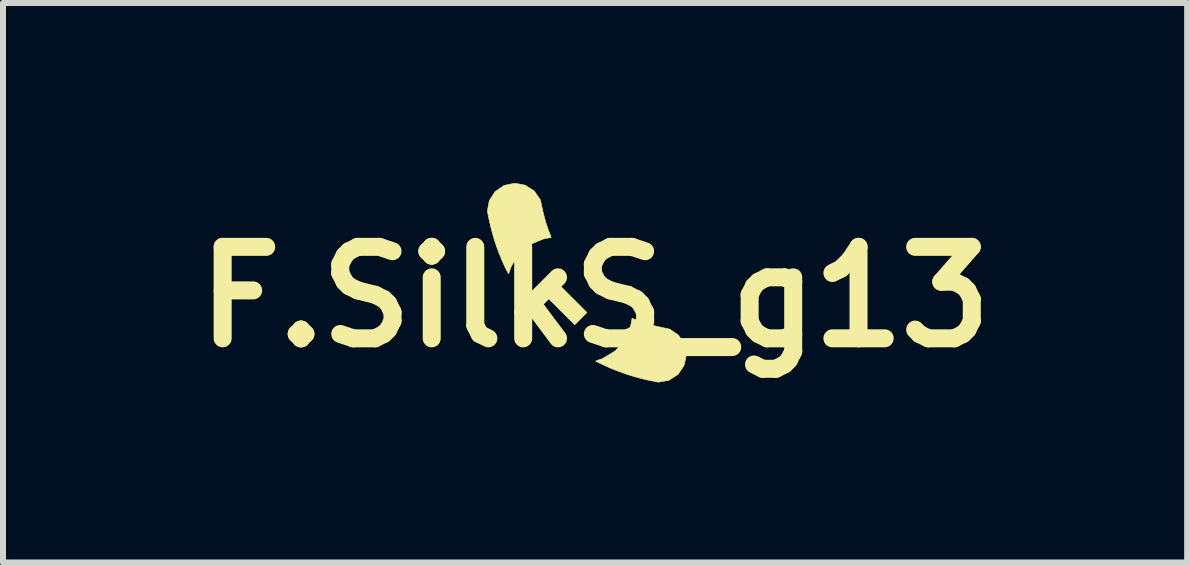
<source format=kicad_pcb>
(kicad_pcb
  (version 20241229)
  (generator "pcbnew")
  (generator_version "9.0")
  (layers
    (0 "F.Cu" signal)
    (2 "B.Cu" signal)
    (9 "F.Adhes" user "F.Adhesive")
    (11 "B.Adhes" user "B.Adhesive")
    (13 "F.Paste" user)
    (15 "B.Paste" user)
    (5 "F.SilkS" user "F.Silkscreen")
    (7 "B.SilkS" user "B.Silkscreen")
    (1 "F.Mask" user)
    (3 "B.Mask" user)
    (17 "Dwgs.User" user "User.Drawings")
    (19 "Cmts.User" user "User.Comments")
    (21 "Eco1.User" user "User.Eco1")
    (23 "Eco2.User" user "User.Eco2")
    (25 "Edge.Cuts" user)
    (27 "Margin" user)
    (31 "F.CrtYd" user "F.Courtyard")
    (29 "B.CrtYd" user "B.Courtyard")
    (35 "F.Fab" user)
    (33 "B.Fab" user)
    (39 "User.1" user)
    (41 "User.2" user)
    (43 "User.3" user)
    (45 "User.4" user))
  (footprint "F.SilkS_g13"
    (layer "F.Cu")
    (at 6.865 1.898)
    (property "Reference" "F.SilkS_g13" (at 0 0 0) (layer "F.SilkS") (effects (font (size 1.524 1.524) (thickness 0.3))))
    (attr through_hole)
    (fp_poly (pts (xy -0.385 0.01) (xy -0.135 0.26) (xy -0.339 0.464) (xy -0.589 0.214) (xy -0.839 -0.036) (xy -0.635 -0.24) (xy -0.385 0.01)) (stroke (width 0.01) (type solid)) (fill yes) (layer "F.SilkS"))
    (fp_poly (pts (xy -1.33 -1.892) (xy -1.316 -1.89) (xy -1.298 -1.887) (xy -1.276 -1.884) (xy -1.252 -1.879) (xy -1.229 -1.875) (xy -1.207 -1.871) (xy -1.188 -1.867) (xy -1.173 -1.864) (xy -1.164 -1.861) (xy -1.163 -1.861) (xy -1.157 -1.858) (xy -1.146 -1.851) (xy -1.13 -1.841) (xy -1.111 -1.829) (xy -1.089 -1.815) (xy -1.083 -1.811) (xy -1.012 -1.765) (xy -0.91 -1.617) (xy -0.892 -1.53) (xy -0.875 -1.453) (xy -0.859 -1.382) (xy -0.842 -1.317) (xy -0.824 -1.255) (xy -0.806 -1.195) (xy -0.785 -1.135) (xy -0.762 -1.074) (xy -0.749 -1.04) (xy -0.742 -1.022) (xy -0.737 -1.007) (xy -0.733 -0.996) (xy -0.731 -0.991) (xy -0.731 -0.99) (xy -0.735 -0.989) (xy -0.746 -0.987) (xy -0.761 -0.985) (xy -0.781 -0.982) (xy -0.792 -0.98) (xy -0.809 -0.977) (xy -0.823 -0.975) (xy -0.835 -0.972) (xy -0.848 -0.969) (xy -0.861 -0.965) (xy -0.877 -0.959) (xy -0.895 -0.952) (xy -0.918 -0.943) (xy -0.947 -0.931) (xy -0.967 -0.923) (xy -1.082 -0.874) (xy -1.173 -0.797) (xy -1.196 -0.777) (xy -1.218 -0.759) (xy -1.237 -0.742) (xy -1.252 -0.729) (xy -1.263 -0.719) (xy -1.27 -0.713) (xy -1.27 -0.712) (xy -1.274 -0.707) (xy -1.281 -0.696) (xy -1.291 -0.68) (xy -1.304 -0.66) (xy -1.318 -0.637) (xy -1.334 -0.611) (xy -1.338 -0.605) (xy -1.356 -0.576) (xy -1.371 -0.552) (xy -1.382 -0.533) (xy -1.391 -0.517) (xy -1.398 -0.503) (xy -1.404 -0.49) (xy -1.409 -0.477) (xy -1.414 -0.462) (xy -1.419 -0.448) (xy -1.426 -0.428) (xy -1.432 -0.411) (xy -1.436 -0.397) (xy -1.439 -0.39) (xy -1.44 -0.388) (xy -1.443 -0.391) (xy -1.448 -0.399) (xy -1.456 -0.412) (xy -1.466 -0.43) (xy -1.475 -0.448) (xy -1.495 -0.487) (xy -1.516 -0.533) (xy -1.539 -0.583) (xy -1.561 -0.637) (xy -1.584 -0.692) (xy -1.606 -0.747) (xy -1.627 -0.802) (xy -1.645 -0.852) (xy -1.679 -0.956) (xy -1.711 -1.064) (xy -1.739 -1.174) (xy -1.764 -1.282) (xy -1.772 -1.319) (xy -1.794 -1.43) (xy -1.778 -1.518) (xy -1.762 -1.605) (xy -1.665 -1.755) (xy -1.516 -1.858) (xy -1.433 -1.875) (xy -1.407 -1.881) (xy -1.384 -1.885) (xy -1.364 -1.889) (xy -1.349 -1.892) (xy -1.34 -1.893) (xy -1.338 -1.893) (xy -1.33 -1.892)) (stroke (width 0.01) (type solid)) (fill yes) (layer "F.SilkS"))
    (fp_poly (pts (xy 0.621 0.359) (xy 0.631 0.362) (xy 0.645 0.367) (xy 0.663 0.374) (xy 0.665 0.375) (xy 0.735 0.402) (xy 0.804 0.426) (xy 0.873 0.448) (xy 0.945 0.468) (xy 1.021 0.488) (xy 1.101 0.506) (xy 1.158 0.518) (xy 1.243 0.536) (xy 1.317 0.586) (xy 1.39 0.637) (xy 1.431 0.699) (xy 1.444 0.719) (xy 1.457 0.739) (xy 1.467 0.755) (xy 1.476 0.768) (xy 1.48 0.775) (xy 1.484 0.784) (xy 1.488 0.798) (xy 1.493 0.818) (xy 1.499 0.845) (xy 1.504 0.872) (xy 1.509 0.897) (xy 1.513 0.92) (xy 1.516 0.94) (xy 1.519 0.955) (xy 1.52 0.963) (xy 1.52 0.964) (xy 1.519 0.971) (xy 1.517 0.984) (xy 1.513 1.003) (xy 1.509 1.025) (xy 1.504 1.05) (xy 1.502 1.058) (xy 1.497 1.082) (xy 1.493 1.101) (xy 1.489 1.117) (xy 1.485 1.13) (xy 1.48 1.142) (xy 1.474 1.155) (xy 1.466 1.168) (xy 1.455 1.184) (xy 1.442 1.204) (xy 1.425 1.229) (xy 1.416 1.241) (xy 1.383 1.29) (xy 1.232 1.388) (xy 1.151 1.403) (xy 1.121 1.408) (xy 1.097 1.412) (xy 1.079 1.416) (xy 1.066 1.418) (xy 1.057 1.419) (xy 1.05 1.419) (xy 1.045 1.419) (xy 1.041 1.418) (xy 1.036 1.417) (xy 1.036 1.417) (xy 1.028 1.415) (xy 1.013 1.412) (xy 0.994 1.408) (xy 0.971 1.403) (xy 0.946 1.398) (xy 0.94 1.397) (xy 0.856 1.38) (xy 0.767 1.358) (xy 0.675 1.333) (xy 0.582 1.305) (xy 0.488 1.274) (xy 0.397 1.241) (xy 0.31 1.208) (xy 0.256 1.185) (xy 0.228 1.173) (xy 0.199 1.16) (xy 0.169 1.146) (xy 0.14 1.133) (xy 0.111 1.119) (xy 0.085 1.106) (xy 0.061 1.095) (xy 0.041 1.085) (xy 0.025 1.076) (xy 0.016 1.071) (xy 0.012 1.068) (xy 0.012 1.067) (xy 0.015 1.066) (xy 0.025 1.062) (xy 0.04 1.056) (xy 0.059 1.05) (xy 0.07 1.046) (xy 0.087 1.041) (xy 0.101 1.036) (xy 0.114 1.031) (xy 0.127 1.025) (xy 0.141 1.018) (xy 0.156 1.009) (xy 0.175 0.998) (xy 0.198 0.984) (xy 0.226 0.967) (xy 0.235 0.962) (xy 0.341 0.896) (xy 0.502 0.707) (xy 0.549 0.593) (xy 0.562 0.561) (xy 0.573 0.535) (xy 0.581 0.514) (xy 0.588 0.497) (xy 0.593 0.482) (xy 0.596 0.469) (xy 0.599 0.456) (xy 0.602 0.442) (xy 0.605 0.426) (xy 0.606 0.419) (xy 0.609 0.398) (xy 0.613 0.381) (xy 0.615 0.367) (xy 0.617 0.359) (xy 0.617 0.358) (xy 0.621 0.359)) (stroke (width 0.01) (type solid)) (fill yes) (layer "F.SilkS")))
  (gr_rect
    (start -3 -3)
    (end 16.731 6.322)
    (stroke (width 0.1) (type default))
    (fill no)
    (layer "Edge.Cuts")))
</source>
